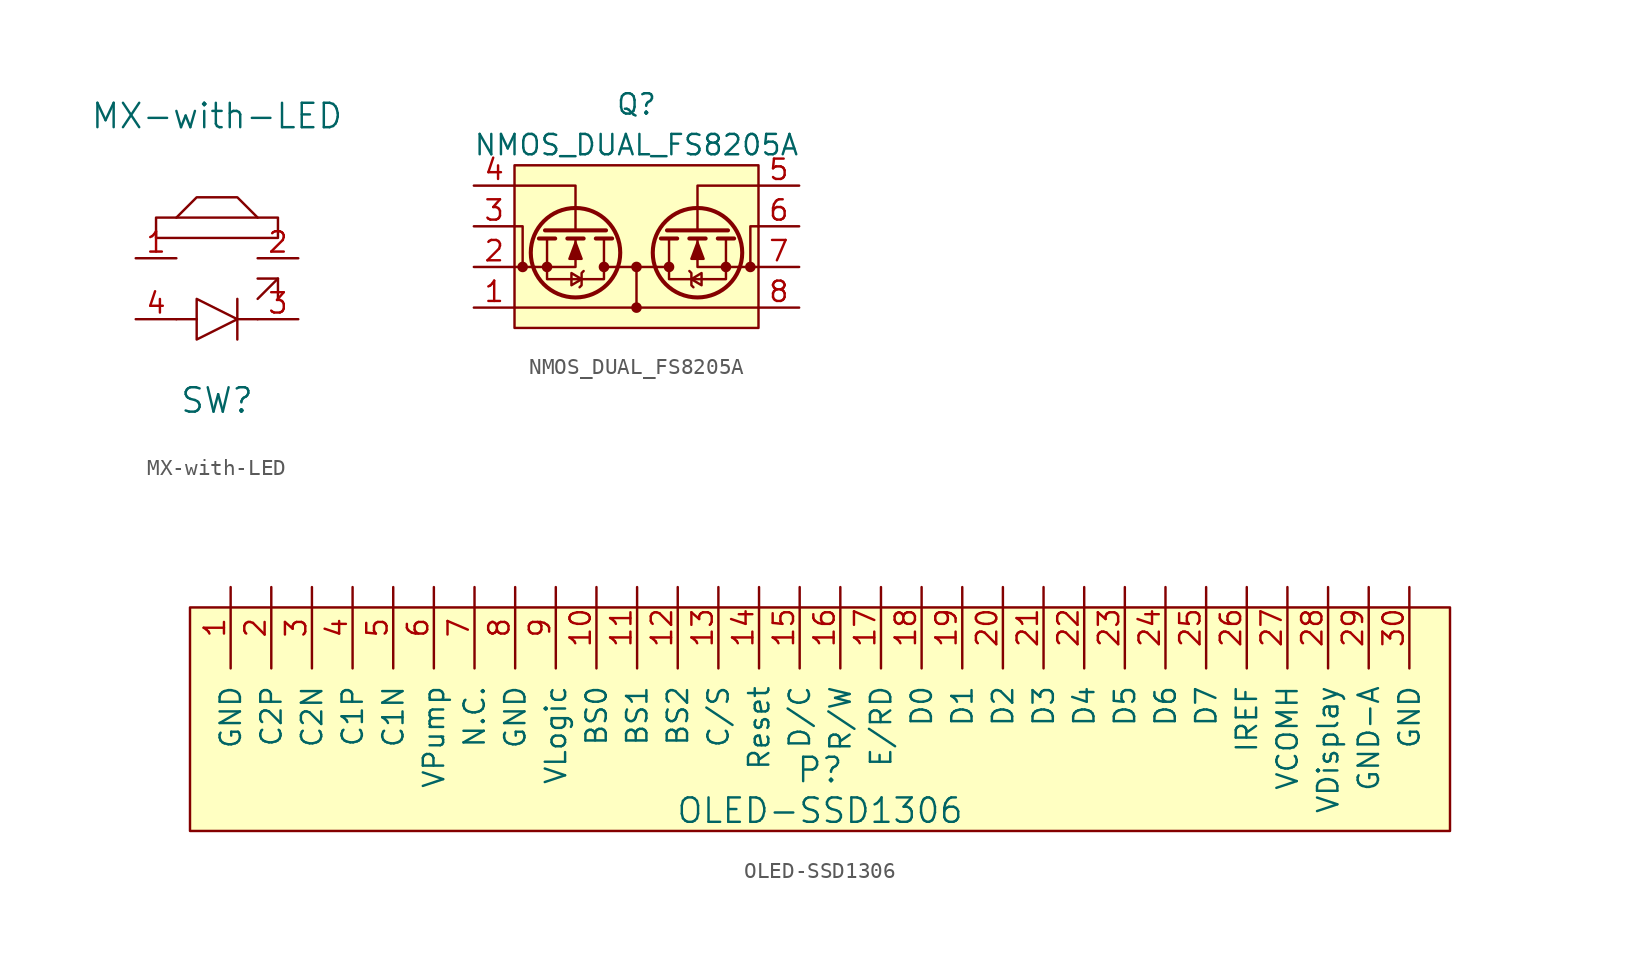
<source format=kicad_sym>
(kicad_symbol_lib
  (version 20211014)
  (generator kicad_symbol_editor)
  (symbol "MX-with-LED"
    (pin_names
      (offset 1.016))
    (property "Reference" "SW"
      (at 0 -8.89 0)
      (effects (font (size 1.524 1.524))))
    (property "Value" "MX-with-LED"
      (at 0 8.89 0)
      (effects (font (size 1.524 1.524))))
    (symbol "MX-with-LED_0_1"
      (polyline (pts (xy -1.27 -3.81) (xy -2.54 -3.81)) (stroke (width 0) (type default) (color 0 0 0 0)) (fill (type none)))
      (polyline (pts (xy 1.27 -2.54) (xy 1.27 -5.08)) (stroke (width 0) (type default) (color 0 0 0 0)) (fill (type none)))
      (polyline (pts (xy 2.54 -3.81) (xy 1.27 -3.81)) (stroke (width 0) (type default) (color 0 0 0 0)) (fill (type none)))
      (polyline (pts (xy 2.54 -2.54) (xy 3.81 -1.27)) (stroke (width 0) (type default) (color 0 0 0 0)) (fill (type none)))
      (polyline (pts (xy 3.81 -2.54) (xy 3.81 -1.27) (xy 2.54 -1.27)) (stroke (width 0) (type default) (color 0 0 0 0)) (fill (type none)))
      (polyline (pts (xy -2.54 2.54) (xy -1.27 3.81) (xy 1.27 3.81) (xy 2.54 2.54)) (stroke (width 0) (type default) (color 0 0 0 0)) (fill (type none)))
      (polyline (pts (xy -1.27 -2.54) (xy -1.27 -5.08) (xy 1.27 -3.81) (xy -1.27 -2.54)) (stroke (width 0) (type default) (color 0 0 0 0)) (fill (type none)))
      (polyline (pts (xy -3.81 1.27) (xy 3.81 1.27) (xy 3.81 2.54) (xy -3.81 2.54) (xy -3.81 1.27)) (stroke (width 0) (type default) (color 0 0 0 0)) (fill (type none))))
    (symbol "MX-with-LED_1_1"
      (pin input line (at -5.08 0 0) (length 2.54) (name "~" (effects (font (size 1.27 1.27)))) (number "1" (effects (font (size 1.27 1.27)))))
      (pin input line (at 5.08 0 180) (length 2.54) (name "~" (effects (font (size 1.27 1.27)))) (number "2" (effects (font (size 1.27 1.27)))))
      (pin input line (at 5.08 -3.81 180) (length 2.54) (name "~" (effects (font (size 1.27 1.27)))) (number "3" (effects (font (size 1.27 1.27)))))
      (pin input line (at -5.08 -3.81 0) (length 2.54) (name "~" (effects (font (size 1.27 1.27)))) (number "4" (effects (font (size 1.27 1.27)))))))
  (symbol "NMOS_DUAL_FS8205A"
    (pin_names
      (offset 0) hide)
    (property "Reference" "Q"
      (at 0 8.89 0)
      (effects (font (size 1.27 1.27))))
    (property "Value" "NMOS_DUAL_FS8205A"
      (at 0 6.35 0)
      (effects (font (size 1.27 1.27))))
    (symbol "NMOS_DUAL_FS8205A_0_1"
      (rectangle (start -7.62 5.08) (end 7.62 -5.08) (stroke (width 0) (type default) (color 0 0 0 0)) (fill (type background)))
      (circle (center -5.588 -1.27) (radius 0.254) (stroke (width 0) (type default) (color 0 0 0 0)) (fill (type outline)))
      (circle (center -3.81 -0.381) (radius 2.794) (stroke (width 0.254) (type default) (color 0 0 0 0)) (fill (type none)))
      (circle (center -2.032 -1.27) (radius 0.254) (stroke (width 0) (type default) (color 0 0 0 0)) (fill (type outline)))
      (circle (center 0 -1.27) (radius 0.254) (stroke (width 0) (type default) (color 0 0 0 0)) (fill (type outline)))
      (polyline (pts (xy -7.62 -3.81) (xy 7.62 -3.81)) (stroke (width 0) (type default) (color 0 0 0 0)) (fill (type none)))
      (polyline (pts (xy -7.112 -1.27) (xy -7.62 -1.27)) (stroke (width 0) (type default) (color 0 0 0 0)) (fill (type none)))
      (polyline (pts (xy -6.35 -1.27) (xy -7.112 -1.27)) (stroke (width 0) (type default) (color 0 0 0 0)) (fill (type none)))
      (polyline (pts (xy -5.08 0.508) (xy -6.096 0.508)) (stroke (width 0.254) (type default) (color 0 0 0 0)) (fill (type none)))
      (polyline (pts (xy -3.302 0.508) (xy -4.318 0.508)) (stroke (width 0.254) (type default) (color 0 0 0 0)) (fill (type none)))
      (polyline (pts (xy -1.905 1.016) (xy -5.715 1.016)) (stroke (width 0.254) (type default) (color 0 0 0 0)) (fill (type none)))
      (polyline (pts (xy -1.524 0.508) (xy -2.54 0.508)) (stroke (width 0.254) (type default) (color 0 0 0 0)) (fill (type none)))
      (polyline (pts (xy -1.27 -1.27) (xy -2.032 -1.27)) (stroke (width 0) (type default) (color 0 0 0 0)) (fill (type none)))
      (polyline (pts (xy -1.27 -1.27) (xy 1.27 -1.27)) (stroke (width 0) (type default) (color 0 0 0 0)) (fill (type none)))
      (polyline (pts (xy 0 -1.27) (xy 0 -3.81)) (stroke (width 0) (type default) (color 0 0 0 0)) (fill (type none)))
      (polyline (pts (xy 7.112 -1.27) (xy 6.35 -1.27)) (stroke (width 0) (type default) (color 0 0 0 0)) (fill (type none)))
      (polyline (pts (xy 7.112 -1.27) (xy 7.62 -1.27)) (stroke (width 0) (type default) (color 0 0 0 0)) (fill (type none)))
      (polyline (pts (xy -7.112 -1.27) (xy -7.112 1.27) (xy -7.62 1.27)) (stroke (width 0) (type default) (color 0 0 0 0)) (fill (type none)))
      (polyline (pts (xy -6.35 -1.27) (xy -3.81 -1.27) (xy -3.81 0.508)) (stroke (width 0) (type default) (color 0 0 0 0)) (fill (type none)))
      (polyline (pts (xy -3.81 1.016) (xy -3.81 3.81) (xy -7.62 3.81)) (stroke (width 0) (type default) (color 0 0 0 0)) (fill (type none)))
      (polyline (pts (xy 3.81 1.016) (xy 3.81 3.81) (xy 7.62 3.81)) (stroke (width 0) (type default) (color 0 0 0 0)) (fill (type none)))
      (polyline (pts (xy 7.112 -1.27) (xy 7.112 1.27) (xy 7.62 1.27)) (stroke (width 0) (type default) (color 0 0 0 0)) (fill (type none)))
      (polyline (pts (xy -5.588 0.508) (xy -5.588 -2.032) (xy -2.032 -2.032) (xy -2.032 0.508)) (stroke (width 0) (type default) (color 0 0 0 0)) (fill (type none)))
      (polyline (pts (xy -3.81 0.254) (xy -3.429 -0.762) (xy -4.191 -0.762) (xy -3.81 0.254)) (stroke (width 0) (type default) (color 0 0 0 0)) (fill (type outline)))
      (polyline (pts (xy -3.429 -2.032) (xy -4.064 -1.651) (xy -4.064 -2.413) (xy -3.429 -2.032)) (stroke (width 0) (type default) (color 0 0 0 0)) (fill (type none)))
      (polyline (pts (xy -3.302 -1.524) (xy -3.429 -1.651) (xy -3.429 -2.413) (xy -3.556 -2.54)) (stroke (width 0) (type default) (color 0 0 0 0)) (fill (type none))))
    (symbol "NMOS_DUAL_FS8205A_1_1"
      (circle (center -7.112 -1.27) (radius 0.254) (stroke (width 0) (type default) (color 0 0 0 0)) (fill (type outline)))
      (circle (center 0 -3.81) (radius 0.254) (stroke (width 0) (type default) (color 0 0 0 0)) (fill (type outline)))
      (polyline (pts (xy 1.27 -1.27) (xy 2.032 -1.27)) (stroke (width 0) (type default) (color 0 0 0 0)) (fill (type none)))
      (polyline (pts (xy 1.524 0.508) (xy 2.54 0.508)) (stroke (width 0.254) (type default) (color 0 0 0 0)) (fill (type none)))
      (polyline (pts (xy 1.905 1.016) (xy 5.715 1.016)) (stroke (width 0.254) (type default) (color 0 0 0 0)) (fill (type none)))
      (polyline (pts (xy 3.302 0.508) (xy 4.318 0.508)) (stroke (width 0.254) (type default) (color 0 0 0 0)) (fill (type none)))
      (polyline (pts (xy 5.08 0.508) (xy 6.096 0.508)) (stroke (width 0.254) (type default) (color 0 0 0 0)) (fill (type none)))
      (polyline (pts (xy 6.35 -1.27) (xy 3.81 -1.27) (xy 3.81 0.508)) (stroke (width 0) (type default) (color 0 0 0 0)) (fill (type none)))
      (polyline (pts (xy 3.302 -1.524) (xy 3.429 -1.651) (xy 3.429 -2.413) (xy 3.556 -2.54)) (stroke (width 0) (type default) (color 0 0 0 0)) (fill (type none)))
      (polyline (pts (xy 3.429 -2.032) (xy 4.064 -1.651) (xy 4.064 -2.413) (xy 3.429 -2.032)) (stroke (width 0) (type default) (color 0 0 0 0)) (fill (type none)))
      (polyline (pts (xy 3.81 0.254) (xy 3.429 -0.762) (xy 4.191 -0.762) (xy 3.81 0.254)) (stroke (width 0) (type default) (color 0 0 0 0)) (fill (type outline)))
      (polyline (pts (xy 5.588 0.508) (xy 5.588 -2.032) (xy 2.032 -2.032) (xy 2.032 0.508)) (stroke (width 0) (type default) (color 0 0 0 0)) (fill (type none)))
      (circle (center 2.032 -1.27) (radius 0.254) (stroke (width 0) (type default) (color 0 0 0 0)) (fill (type outline)))
      (circle (center 3.81 -0.381) (radius 2.794) (stroke (width 0.254) (type default) (color 0 0 0 0)) (fill (type none)))
      (circle (center 5.588 -1.27) (radius 0.254) (stroke (width 0) (type default) (color 0 0 0 0)) (fill (type outline)))
      (circle (center 7.112 -1.27) (radius 0.254) (stroke (width 0) (type default) (color 0 0 0 0)) (fill (type outline)))
      (pin passive line (at -10.16 -3.81 0) (length 2.54) (name "D12" (effects (font (size 1.27 1.27)))) (number "1" (effects (font (size 1.27 1.27)))))
      (pin passive line (at -10.16 -1.27 0) (length 2.54) (name "S1" (effects (font (size 1.27 1.27)))) (number "2" (effects (font (size 1.27 1.27)))))
      (pin passive line (at -10.16 1.27 0) (length 2.54) (name "S1" (effects (font (size 1.27 1.27)))) (number "3" (effects (font (size 1.27 1.27)))))
      (pin passive line (at -10.16 3.81 0) (length 2.54) (name "G1" (effects (font (size 1.27 1.27)))) (number "4" (effects (font (size 1.27 1.27)))))
      (pin passive line (at 10.16 3.81 180) (length 2.54) (name "G2" (effects (font (size 1.27 1.27)))) (number "5" (effects (font (size 1.27 1.27)))))
      (pin passive line (at 10.16 1.27 180) (length 2.54) (name "S2" (effects (font (size 1.27 1.27)))) (number "6" (effects (font (size 1.27 1.27)))))
      (pin passive line (at 10.16 -1.27 180) (length 2.54) (name "S2" (effects (font (size 1.27 1.27)))) (number "7" (effects (font (size 1.27 1.27)))))
      (pin passive line (at 10.16 -3.81 180) (length 2.54) (name "D12" (effects (font (size 1.27 1.27)))) (number "8" (effects (font (size 1.27 1.27)))))))
  (symbol "OLED-SSD1306"
    (pin_names
      (offset 1.016))
    (property "Reference" "P"
      (at 0 -3.81 0)
      (effects (font (size 1.524 1.524))))
    (property "Value" "OLED-SSD1306"
      (at 0 -6.35 0)
      (effects (font (size 1.524 1.524))))
    (property "Footprint" ""
      (at -10.16 7.62 0)
      (effects (font (size 1.524 1.524))))
    (property "Datasheet" ""
      (at -10.16 7.62 0)
      (effects (font (size 1.524 1.524))))
    (symbol "OLED-SSD1306_0_0"
      (rectangle (start -39.37 6.35) (end 39.37 -7.62) (stroke (width 0) (type default) (color 0 0 0 0)) (fill (type background))))
    (symbol "OLED-SSD1306_1_1"
      (pin input line (at -36.83 7.62 270) (length 5.08) (name "GND" (effects (font (size 1.27 1.27)))) (number "1" (effects (font (size 1.27 1.27)))))
      (pin input line (at -13.97 7.62 270) (length 5.08) (name "BS0" (effects (font (size 1.27 1.27)))) (number "10" (effects (font (size 1.27 1.27)))))
      (pin input line (at -11.43 7.62 270) (length 5.08) (name "BS1" (effects (font (size 1.27 1.27)))) (number "11" (effects (font (size 1.27 1.27)))))
      (pin input line (at -8.89 7.62 270) (length 5.08) (name "BS2" (effects (font (size 1.27 1.27)))) (number "12" (effects (font (size 1.27 1.27)))))
      (pin input line (at -6.35 7.62 270) (length 5.08) (name "C/S" (effects (font (size 1.27 1.27)))) (number "13" (effects (font (size 1.27 1.27)))))
      (pin input line (at -3.81 7.62 270) (length 5.08) (name "Reset" (effects (font (size 1.27 1.27)))) (number "14" (effects (font (size 1.27 1.27)))))
      (pin input line (at -1.27 7.62 270) (length 5.08) (name "D/C" (effects (font (size 1.27 1.27)))) (number "15" (effects (font (size 1.27 1.27)))))
      (pin input line (at 1.27 7.62 270) (length 5.08) (name "R/W" (effects (font (size 1.27 1.27)))) (number "16" (effects (font (size 1.27 1.27)))))
      (pin input line (at 3.81 7.62 270) (length 5.08) (name "E/RD" (effects (font (size 1.27 1.27)))) (number "17" (effects (font (size 1.27 1.27)))))
      (pin input line (at 6.35 7.62 270) (length 5.08) (name "D0" (effects (font (size 1.27 1.27)))) (number "18" (effects (font (size 1.27 1.27)))))
      (pin input line (at 8.89 7.62 270) (length 5.08) (name "D1" (effects (font (size 1.27 1.27)))) (number "19" (effects (font (size 1.27 1.27)))))
      (pin input line (at -34.29 7.62 270) (length 5.08) (name "C2P" (effects (font (size 1.27 1.27)))) (number "2" (effects (font (size 1.27 1.27)))))
      (pin input line (at 11.43 7.62 270) (length 5.08) (name "D2" (effects (font (size 1.27 1.27)))) (number "20" (effects (font (size 1.27 1.27)))))
      (pin input line (at 13.97 7.62 270) (length 5.08) (name "D3" (effects (font (size 1.27 1.27)))) (number "21" (effects (font (size 1.27 1.27)))))
      (pin input line (at 16.51 7.62 270) (length 5.08) (name "D4" (effects (font (size 1.27 1.27)))) (number "22" (effects (font (size 1.27 1.27)))))
      (pin input line (at 19.05 7.62 270) (length 5.08) (name "D5" (effects (font (size 1.27 1.27)))) (number "23" (effects (font (size 1.27 1.27)))))
      (pin input line (at 21.59 7.62 270) (length 5.08) (name "D6" (effects (font (size 1.27 1.27)))) (number "24" (effects (font (size 1.27 1.27)))))
      (pin input line (at 24.13 7.62 270) (length 5.08) (name "D7" (effects (font (size 1.27 1.27)))) (number "25" (effects (font (size 1.27 1.27)))))
      (pin input line (at 26.67 7.62 270) (length 5.08) (name "IREF" (effects (font (size 1.27 1.27)))) (number "26" (effects (font (size 1.27 1.27)))))
      (pin input line (at 29.21 7.62 270) (length 5.08) (name "VCOMH" (effects (font (size 1.27 1.27)))) (number "27" (effects (font (size 1.27 1.27)))))
      (pin input line (at 31.75 7.62 270) (length 5.08) (name "VDisplay" (effects (font (size 1.27 1.27)))) (number "28" (effects (font (size 1.27 1.27)))))
      (pin input line (at 34.29 7.62 270) (length 5.08) (name "GND-A" (effects (font (size 1.27 1.27)))) (number "29" (effects (font (size 1.27 1.27)))))
      (pin input line (at -31.75 7.62 270) (length 5.08) (name "C2N" (effects (font (size 1.27 1.27)))) (number "3" (effects (font (size 1.27 1.27)))))
      (pin input line (at 36.83 7.62 270) (length 5.08) (name "GND" (effects (font (size 1.27 1.27)))) (number "30" (effects (font (size 1.27 1.27)))))
      (pin input line (at -29.21 7.62 270) (length 5.08) (name "C1P" (effects (font (size 1.27 1.27)))) (number "4" (effects (font (size 1.27 1.27)))))
      (pin input line (at -26.67 7.62 270) (length 5.08) (name "C1N" (effects (font (size 1.27 1.27)))) (number "5" (effects (font (size 1.27 1.27)))))
      (pin input line (at -24.13 7.62 270) (length 5.08) (name "VPump" (effects (font (size 1.27 1.27)))) (number "6" (effects (font (size 1.27 1.27)))))
      (pin input line (at -21.59 7.62 270) (length 5.08) (name "N.C." (effects (font (size 1.27 1.27)))) (number "7" (effects (font (size 1.27 1.27)))))
      (pin input line (at -19.05 7.62 270) (length 5.08) (name "GND" (effects (font (size 1.27 1.27)))) (number "8" (effects (font (size 1.27 1.27)))))
      (pin input line (at -16.51 7.62 270) (length 5.08) (name "VLogic" (effects (font (size 1.27 1.27)))) (number "9" (effects (font (size 1.27 1.27))))))))
</source>
